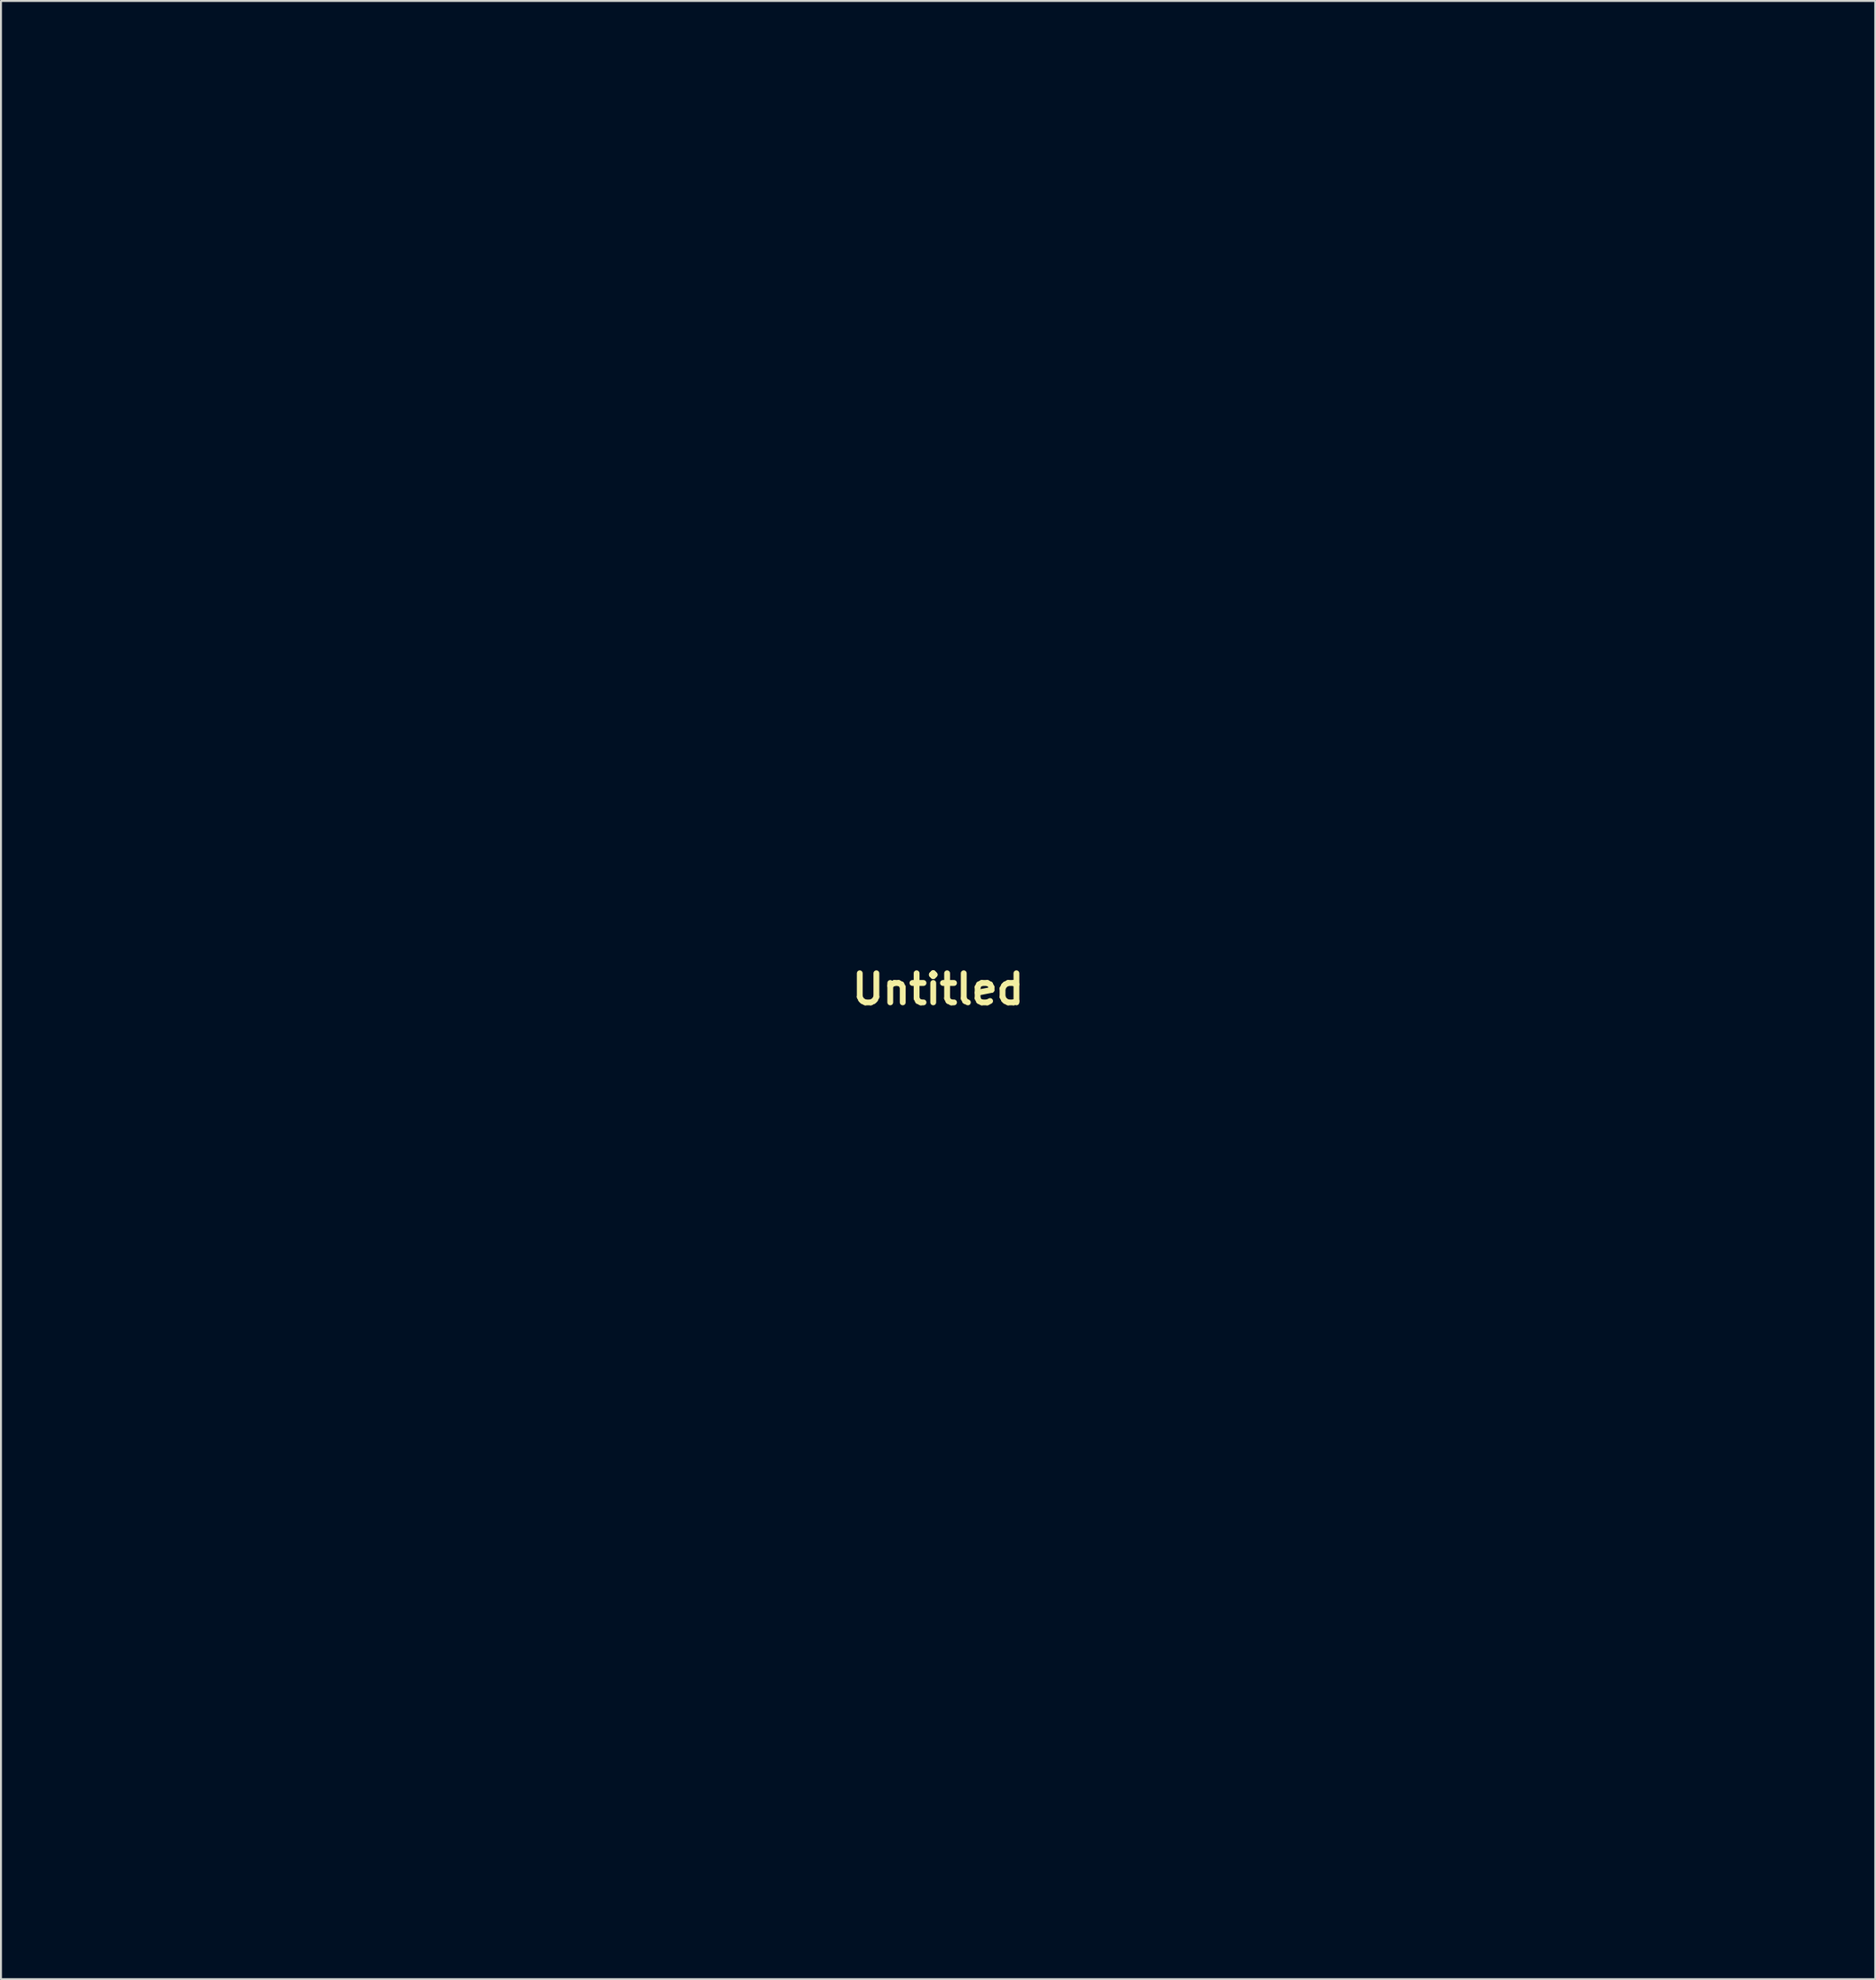
<source format=kicad_pcb>
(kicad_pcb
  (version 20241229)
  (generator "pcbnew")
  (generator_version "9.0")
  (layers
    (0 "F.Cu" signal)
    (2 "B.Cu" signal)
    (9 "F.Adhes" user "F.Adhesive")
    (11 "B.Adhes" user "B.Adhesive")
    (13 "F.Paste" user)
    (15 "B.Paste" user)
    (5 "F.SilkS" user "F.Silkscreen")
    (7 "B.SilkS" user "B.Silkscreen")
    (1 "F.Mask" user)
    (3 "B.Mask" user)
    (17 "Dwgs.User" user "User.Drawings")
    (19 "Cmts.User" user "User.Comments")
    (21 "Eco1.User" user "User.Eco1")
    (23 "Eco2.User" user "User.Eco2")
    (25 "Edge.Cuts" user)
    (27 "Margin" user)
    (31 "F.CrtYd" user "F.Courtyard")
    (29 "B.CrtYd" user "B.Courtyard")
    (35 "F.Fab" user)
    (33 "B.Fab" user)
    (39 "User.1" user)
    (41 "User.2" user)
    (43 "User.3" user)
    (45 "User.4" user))
  (footprint "Untitled"
    (layer "F.Cu")
    (at 45.278 47.921)
    (property "Reference" "Untitled" (at 0 0 0) (layer "F.SilkS") (effects (font (size 1.5 1.5) (thickness 0.3))))
    (attr board_only exclude_from_pos_files exclude_from_bom)
    (fp_poly (pts (xy -45.19 44.246) (xy -45.184 44.281) (xy -45.109 44.579) (xy -44.978 44.956) (xy -44.815 45.341) (xy -44.77 45.434) (xy -44.313 46.179) (xy -43.738 46.81) (xy -43.06 47.315) (xy -42.295 47.683) (xy -41.458 47.903) (xy -41.378 47.916) (xy -41.286 47.938) (xy -41.347 47.957) (xy -41.564 47.972) (xy -41.94 47.983) (xy -42.48 47.991) (xy -43.091 47.996) (xy -45.278 48.006) (xy -45.268 45.91) (xy -45.264 45.256) (xy -45.256 44.762) (xy -45.245 44.423) (xy -45.231 44.229) (xy -45.212 44.172)) (stroke (width 0) (type solid)) (fill yes) (layer "F.Mask"))
    (fp_poly (pts (xy 1.426 46.059) (xy 2.731 46.059) (xy 3.885 46.06) (xy 4.899 46.061) (xy 5.78 46.063) (xy 6.54 46.065) (xy 7.188 46.069) (xy 7.733 46.074) (xy 8.184 46.081) (xy 8.553 46.089) (xy 8.847 46.099) (xy 9.077 46.11) (xy 9.252 46.124) (xy 9.383 46.14) (xy 9.478 46.158) (xy 9.546 46.179) (xy 9.599 46.203) (xy 9.644 46.23) (xy 9.919 46.495) (xy 10.104 46.887) (xy 10.189 47.382) (xy 10.194 47.542) (xy 10.194 48.006) (xy -0.042 48.006) (xy -10.279 48.006) (xy -10.279 47.525) (xy -10.224 47.041) (xy -10.07 46.623) (xy -9.833 46.309) (xy -9.694 46.205) (xy -9.647 46.182) (xy -9.581 46.162) (xy -9.488 46.144) (xy -9.356 46.128) (xy -9.178 46.114) (xy -8.943 46.102) (xy -8.641 46.092) (xy -8.264 46.084) (xy -7.802 46.077) (xy -7.246 46.072) (xy -6.585 46.067) (xy -5.811 46.064) (xy -4.913 46.062) (xy -3.882 46.06) (xy -2.71 46.059) (xy -1.386 46.059) (xy -0.039 46.059)) (stroke (width 0) (type solid)) (fill yes) (layer "F.Mask"))
    (fp_poly (pts (xy 26.489 -46.462) (xy 41.502 -46.44) (xy 42.069 -46.161) (xy 42.679 -45.772) (xy 43.169 -45.268) (xy 43.527 -44.662) (xy 43.744 -43.967) (xy 43.75 -43.936) (xy 43.757 -43.811) (xy 43.764 -43.517) (xy 43.77 -43.053) (xy 43.776 -42.421) (xy 43.782 -41.62) (xy 43.787 -40.651) (xy 43.792 -39.513) (xy 43.796 -38.207) (xy 43.8 -36.732) (xy 43.804 -35.09) (xy 43.807 -33.28) (xy 43.81 -31.302) (xy 43.812 -29.157) (xy 43.814 -26.844) (xy 43.816 -24.365) (xy 43.817 -21.718) (xy 43.817 -18.904) (xy 43.818 -15.923) (xy 43.818 -12.776) (xy 43.817 -9.463) (xy 43.816 -5.983) (xy 43.815 -2.337) (xy 43.813 0.339) (xy 43.792 44.154) (xy 43.587 44.661) (xy 43.332 45.123) (xy 42.96 45.582) (xy 42.517 45.989) (xy 42.049 46.295) (xy 42.008 46.316) (xy 41.583 46.524) (xy 26.53 46.546) (xy 11.477 46.569) (xy 11.312 46.197) (xy 10.995 45.678) (xy 10.552 45.228) (xy 10.038 44.897) (xy 9.557 44.662) (xy -0.042 44.662) (xy -9.642 44.662) (xy -10.123 44.897) (xy -10.65 45.238) (xy -11.09 45.69) (xy -11.397 46.196) (xy -11.561 46.567) (xy -26.487 46.563) (xy -28.418 46.562) (xy -30.185 46.561) (xy -31.796 46.56) (xy -33.257 46.558) (xy -34.575 46.555) (xy -35.757 46.552) (xy -36.808 46.548) (xy -37.737 46.543) (xy -38.549 46.538) (xy -39.252 46.532) (xy -39.851 46.525) (xy -40.354 46.517) (xy -40.768 46.508) (xy -41.099 46.498) (xy -41.353 46.488) (xy -41.538 46.476) (xy -41.66 46.462) (xy -41.724 46.449) (xy -42.405 46.124) (xy -42.965 45.683) (xy -43.398 45.131) (xy -43.698 44.477) (xy -43.83 43.928) (xy -43.837 43.803) (xy -43.843 43.515) (xy -43.849 43.07) (xy -43.855 42.474) (xy -43.861 41.733) (xy -43.866 40.854) (xy -43.871 39.842) (xy -43.876 38.704) (xy -43.881 37.446) (xy -43.885 36.074) (xy -43.889 34.594) (xy -43.893 33.013) (xy -43.897 31.336) (xy -43.9 29.569) (xy -43.903 27.72) (xy -43.906 25.793) (xy -43.909 23.796) (xy -43.911 21.733) (xy -43.914 19.612) (xy -43.916 17.439) (xy -43.917 15.22) (xy -43.919 12.96) (xy -43.92 10.666) (xy -43.921 8.345) (xy -43.921 6.002) (xy -43.922 3.643) (xy -43.922 1.275) (xy -43.922 -1.096) (xy -43.922 -3.465) (xy -43.921 -5.824) (xy -43.92 -8.168) (xy -43.919 -10.49) (xy -43.918 -12.785) (xy -43.917 -15.047) (xy -43.915 -17.268) (xy -43.913 -19.444) (xy -43.911 -21.567) (xy -43.908 -23.632) (xy -43.905 -25.632) (xy -43.902 -27.562) (xy -43.899 -29.415) (xy -43.896 -31.186) (xy -43.892 -32.867) (xy -43.888 -34.453) (xy -43.884 -35.937) (xy -43.88 -37.314) (xy -43.875 -38.577) (xy -43.87 -39.721) (xy -43.865 -40.738) (xy -43.86 -41.623) (xy -43.854 -42.371) (xy -43.848 -42.973) (xy -43.842 -43.425) (xy -43.836 -43.72) (xy -43.829 -43.852) (xy -43.829 -43.854) (xy -43.633 -44.564) (xy -43.295 -45.189) (xy -42.827 -45.715) (xy -42.239 -46.127) (xy -42.06 -46.217) (xy -41.583 -46.44) (xy -26.572 -46.462) (xy -11.562 -46.483) (xy -11.397 -46.112) (xy -11.08 -45.593) (xy -10.637 -45.144) (xy -10.123 -44.812) (xy -9.642 -44.577) (xy -0.042 -44.577) (xy 9.557 -44.577) (xy 10.038 -44.812) (xy 10.565 -45.154) (xy 11.005 -45.606) (xy 11.312 -46.112) (xy 11.477 -46.483)) (stroke (width 0) (type solid)) (fill yes) (layer "F.Mask"))
    (fp_poly (pts (xy 45.278 0.042) (xy 45.278 48.006) (xy 43.091 47.996) (xy 42.405 47.991) (xy 41.884 47.983) (xy 41.523 47.971) (xy 41.316 47.956) (xy 41.258 47.936) (xy 41.341 47.913) (xy 42.183 47.691) (xy 42.952 47.327) (xy 43.631 46.834) (xy 44.206 46.227) (xy 44.661 45.522) (xy 44.98 44.732) (xy 45.07 44.38) (xy 45.08 44.25) (xy 45.089 43.957) (xy 45.098 43.506) (xy 45.107 42.905) (xy 45.115 42.159) (xy 45.123 41.274) (xy 45.131 40.256) (xy 45.138 39.113) (xy 45.145 37.849) (xy 45.151 36.47) (xy 45.157 34.984) (xy 45.163 33.396) (xy 45.168 31.712) (xy 45.173 29.938) (xy 45.178 28.081) (xy 45.182 26.147) (xy 45.186 24.141) (xy 45.19 22.071) (xy 45.193 19.941) (xy 45.196 17.758) (xy 45.198 15.529) (xy 45.201 13.259) (xy 45.202 10.955) (xy 45.204 8.622) (xy 45.205 6.267) (xy 45.206 3.896) (xy 45.206 1.516) (xy 45.206 -0.869) (xy 45.206 -3.251) (xy 45.205 -5.625) (xy 45.204 -7.984) (xy 45.202 -10.323) (xy 45.201 -12.634) (xy 45.198 -14.913) (xy 45.196 -17.153) (xy 45.193 -19.347) (xy 45.19 -21.49) (xy 45.186 -23.575) (xy 45.182 -25.597) (xy 45.178 -27.549) (xy 45.173 -29.425) (xy 45.168 -31.219) (xy 45.163 -32.925) (xy 45.157 -34.536) (xy 45.151 -36.048) (xy 45.145 -37.452) (xy 45.138 -38.744) (xy 45.131 -39.917) (xy 45.123 -40.965) (xy 45.116 -41.882) (xy 45.107 -42.662) (xy 45.099 -43.299) (xy 45.09 -43.786) (xy 45.081 -44.117) (xy 45.071 -44.287) (xy 45.069 -44.302) (xy 44.837 -45.032) (xy 44.471 -45.732) (xy 43.997 -46.369) (xy 43.439 -46.909) (xy 42.847 -47.303) (xy 42.729 -47.368) (xy 42.625 -47.427) (xy 42.529 -47.481) (xy 42.431 -47.53) (xy 42.326 -47.574) (xy 42.205 -47.614) (xy 42.061 -47.65) (xy 41.887 -47.681) (xy 41.674 -47.709) (xy 41.416 -47.734) (xy 41.104 -47.755) (xy 40.733 -47.773) (xy 40.293 -47.788) (xy 39.777 -47.801) (xy 39.179 -47.811) (xy 38.49 -47.819) (xy 37.703 -47.826) (xy 36.81 -47.83) (xy 35.805 -47.834) (xy 34.679 -47.836) (xy 33.425 -47.837) (xy 32.035 -47.837) (xy 30.503 -47.837) (xy 28.82 -47.837) (xy 26.979 -47.837) (xy 25.809 -47.837) (xy 10.194 -47.837) (xy 10.194 -47.415) (xy 10.133 -46.893) (xy 9.956 -46.47) (xy 9.671 -46.163) (xy 9.612 -46.124) (xy 9.302 -45.932) (xy -0.042 -45.932) (xy -1.503 -45.932) (xy -2.803 -45.932) (xy -3.953 -45.933) (xy -4.962 -45.934) (xy -5.839 -45.936) (xy -6.595 -45.939) (xy -7.238 -45.943) (xy -7.78 -45.948) (xy -8.228 -45.955) (xy -8.593 -45.963) (xy -8.884 -45.973) (xy -9.112 -45.984) (xy -9.285 -45.998) (xy -9.414 -46.014) (xy -9.507 -46.033) (xy -9.575 -46.054) (xy -9.628 -46.078) (xy -9.665 -46.099) (xy -9.955 -46.367) (xy -10.163 -46.75) (xy -10.269 -47.208) (xy -10.279 -47.398) (xy -10.279 -47.837) (xy -25.901 -47.837) (xy -27.813 -47.837) (xy -29.563 -47.836) (xy -31.159 -47.836) (xy -32.607 -47.836) (xy -33.914 -47.835) (xy -35.09 -47.833) (xy -36.14 -47.831) (xy -37.073 -47.829) (xy -37.896 -47.826) (xy -38.617 -47.822) (xy -39.242 -47.817) (xy -39.78 -47.812) (xy -40.238 -47.805) (xy -40.624 -47.798) (xy -40.944 -47.789) (xy -41.207 -47.779) (xy -41.42 -47.768) (xy -41.59 -47.755) (xy -41.725 -47.742) (xy -41.833 -47.726) (xy -41.92 -47.709) (xy -41.995 -47.69) (xy -42.065 -47.67) (xy -42.069 -47.669) (xy -42.806 -47.357) (xy -43.484 -46.908) (xy -44.081 -46.344) (xy -44.576 -45.691) (xy -44.95 -44.973) (xy -45.181 -44.213) (xy -45.219 -43.984) (xy -45.229 -43.994) (xy -45.238 -44.154) (xy -45.247 -44.445) (xy -45.255 -44.848) (xy -45.262 -45.342) (xy -45.266 -45.826) (xy -45.278 -47.921) (xy 0 -47.921) (xy 45.278 -47.921)) (stroke (width 0) (type solid)) (fill yes) (layer "F.Mask")))
  (gr_rect
    (start -3 -3)
    (end 93.557 98.927)
    (stroke (width 0.1) (type default))
    (fill no)
    (layer "Edge.Cuts")))
</source>
